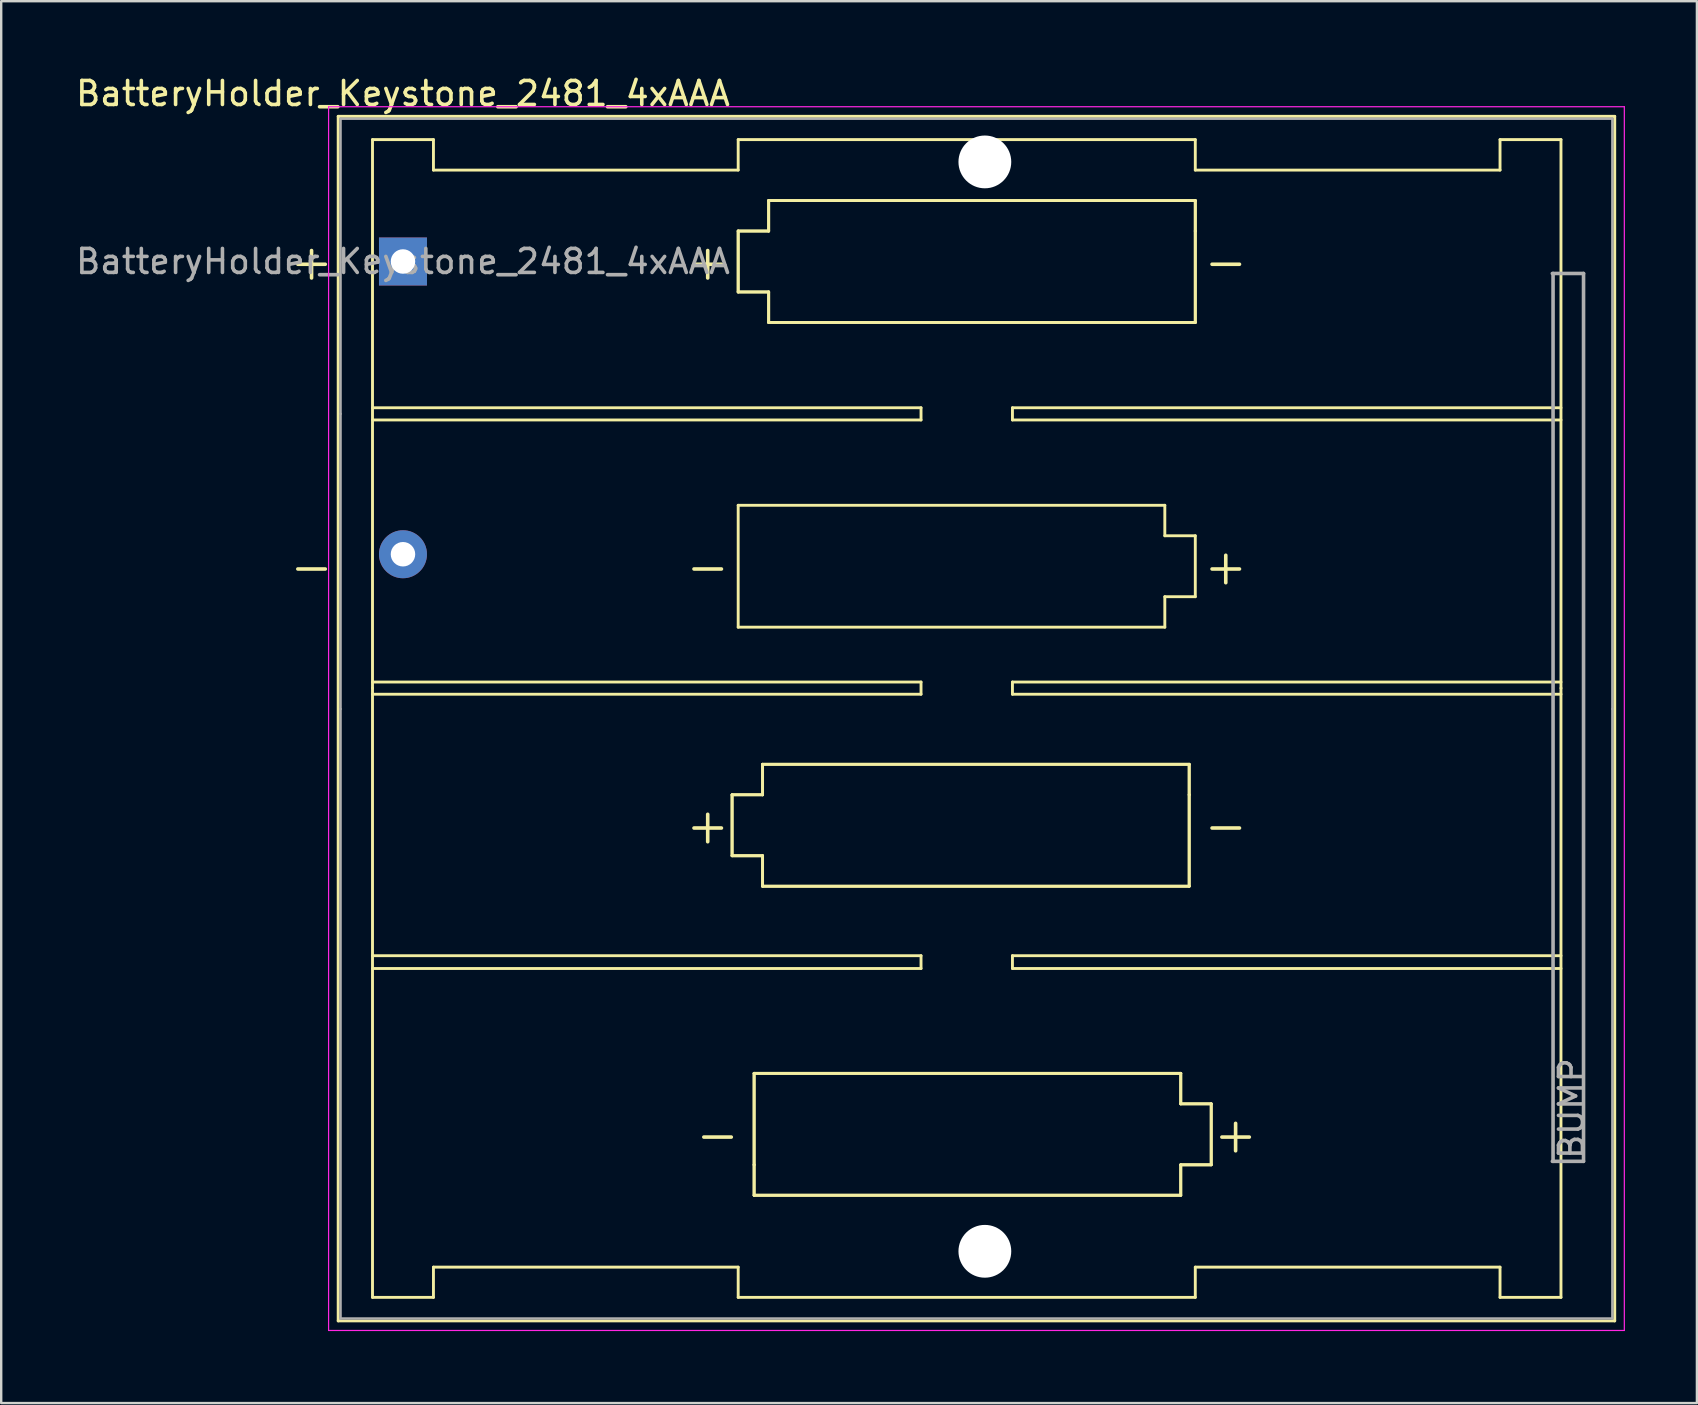
<source format=kicad_pcb>
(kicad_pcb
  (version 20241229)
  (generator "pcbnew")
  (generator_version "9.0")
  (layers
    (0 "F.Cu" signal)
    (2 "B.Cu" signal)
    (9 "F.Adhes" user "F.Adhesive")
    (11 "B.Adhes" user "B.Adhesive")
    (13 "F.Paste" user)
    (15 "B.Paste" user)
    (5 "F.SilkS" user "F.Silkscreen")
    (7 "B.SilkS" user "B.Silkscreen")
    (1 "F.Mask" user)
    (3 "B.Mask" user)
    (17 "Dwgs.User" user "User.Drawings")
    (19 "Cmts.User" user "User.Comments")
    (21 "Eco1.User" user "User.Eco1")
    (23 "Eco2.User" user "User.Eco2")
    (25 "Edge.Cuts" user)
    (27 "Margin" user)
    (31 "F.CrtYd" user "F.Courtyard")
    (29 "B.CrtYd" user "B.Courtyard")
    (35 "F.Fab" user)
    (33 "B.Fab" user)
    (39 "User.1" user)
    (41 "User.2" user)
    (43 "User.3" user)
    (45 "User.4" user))
  (footprint "BatteryHolder_Keystone_2481_4xAAA"
    (layer "F.Cu")
    (at 13.744 7.848)
    (property "Reference" "BatteryHolder_Keystone_2481_4xAAA" (at 0 -7 180) (layer "F.SilkS") (effects (font (size 1 1) (thickness 0.15))))
    (attr through_hole)
    (fp_line (start -2.7 -6.05) (end -2.7 44.15) (stroke (width 0.12) (type solid)) (layer "F.SilkS"))
    (fp_line (start -2.7 44.15) (end 50.5 44.15) (stroke (width 0.12) (type solid)) (layer "F.SilkS"))
    (fp_line (start -1.27 -5.08) (end -1.27 17.78) (stroke (width 0.12) (type solid)) (layer "F.SilkS"))
    (fp_line (start -1.27 6.096) (end 21.59 6.096) (stroke (width 0.12) (type solid)) (layer "F.SilkS"))
    (fp_line (start -1.27 17.526) (end 21.59 17.526) (stroke (width 0.12) (type solid)) (layer "F.SilkS"))
    (fp_line (start -1.27 17.78) (end -1.27 43.17) (stroke (width 0.12) (type solid)) (layer "F.SilkS"))
    (fp_line (start -1.27 28.93) (end 21.59 28.93) (stroke (width 0.12) (type solid)) (layer "F.SilkS"))
    (fp_line (start -1.27 43.17) (end 1.27 43.17) (stroke (width 0.12) (type solid)) (layer "F.SilkS"))
    (fp_line (start 1.27 -5.08) (end -1.27 -5.08) (stroke (width 0.12) (type solid)) (layer "F.SilkS"))
    (fp_line (start 1.27 -3.81) (end 1.27 -5.08) (stroke (width 0.12) (type solid)) (layer "F.SilkS"))
    (fp_line (start 1.27 -3.81) (end 13.97 -3.81) (stroke (width 0.12) (type solid)) (layer "F.SilkS"))
    (fp_line (start 1.27 41.91) (end 13.97 41.91) (stroke (width 0.12) (type solid)) (layer "F.SilkS"))
    (fp_line (start 1.27 43.17) (end 1.27 41.91) (stroke (width 0.12) (type solid)) (layer "F.SilkS"))
    (fp_line (start 13.716 22.225) (end 14.986 22.225) (stroke (width 0.12) (type solid)) (layer "F.SilkS"))
    (fp_line (start 13.716 22.225) (end 14.986 22.225) (stroke (width 0.12) (type solid)) (layer "F.SilkS"))
    (fp_line (start 13.716 24.765) (end 13.716 22.225) (stroke (width 0.12) (type solid)) (layer "F.SilkS"))
    (fp_line (start 13.716 24.765) (end 13.716 22.225) (stroke (width 0.12) (type solid)) (layer "F.SilkS"))
    (fp_line (start 13.97 -5.08) (end 13.97 -3.81) (stroke (width 0.12) (type solid)) (layer "F.SilkS"))
    (fp_line (start 13.97 -1.27) (end 15.24 -1.27) (stroke (width 0.12) (type solid)) (layer "F.SilkS"))
    (fp_line (start 13.97 -1.27) (end 15.24 -1.27) (stroke (width 0.12) (type solid)) (layer "F.SilkS"))
    (fp_line (start 13.97 1.27) (end 13.97 -1.27) (stroke (width 0.12) (type solid)) (layer "F.SilkS"))
    (fp_line (start 13.97 1.27) (end 13.97 -1.27) (stroke (width 0.12) (type solid)) (layer "F.SilkS"))
    (fp_line (start 13.97 10.16) (end 31.75 10.16) (stroke (width 0.12) (type solid)) (layer "F.SilkS"))
    (fp_line (start 13.97 15.24) (end 13.97 10.16) (stroke (width 0.12) (type solid)) (layer "F.SilkS"))
    (fp_line (start 13.97 41.91) (end 13.97 43.17) (stroke (width 0.12) (type solid)) (layer "F.SilkS"))
    (fp_line (start 13.97 43.17) (end 33.02 43.17) (stroke (width 0.12) (type solid)) (layer "F.SilkS"))
    (fp_line (start 14.634 33.835) (end 32.414 33.835) (stroke (width 0.12) (type solid)) (layer "F.SilkS"))
    (fp_line (start 14.634 33.835) (end 32.414 33.835) (stroke (width 0.12) (type solid)) (layer "F.SilkS"))
    (fp_line (start 14.634 37.645) (end 14.634 33.835) (stroke (width 0.12) (type solid)) (layer "F.SilkS"))
    (fp_line (start 14.634 37.645) (end 14.634 33.835) (stroke (width 0.12) (type solid)) (layer "F.SilkS"))
    (fp_line (start 14.634 38.915) (end 14.634 37.645) (stroke (width 0.12) (type solid)) (layer "F.SilkS"))
    (fp_line (start 14.634 38.915) (end 14.634 37.645) (stroke (width 0.12) (type solid)) (layer "F.SilkS"))
    (fp_line (start 14.986 20.955) (end 32.766 20.955) (stroke (width 0.12) (type solid)) (layer "F.SilkS"))
    (fp_line (start 14.986 20.955) (end 32.766 20.955) (stroke (width 0.12) (type solid)) (layer "F.SilkS"))
    (fp_line (start 14.986 22.225) (end 14.986 20.955) (stroke (width 0.12) (type solid)) (layer "F.SilkS"))
    (fp_line (start 14.986 22.225) (end 14.986 20.955) (stroke (width 0.12) (type solid)) (layer "F.SilkS"))
    (fp_line (start 14.986 24.765) (end 13.716 24.765) (stroke (width 0.12) (type solid)) (layer "F.SilkS"))
    (fp_line (start 14.986 24.765) (end 13.716 24.765) (stroke (width 0.12) (type solid)) (layer "F.SilkS"))
    (fp_line (start 14.986 26.035) (end 14.986 24.765) (stroke (width 0.12) (type solid)) (layer "F.SilkS"))
    (fp_line (start 14.986 26.035) (end 14.986 24.765) (stroke (width 0.12) (type solid)) (layer "F.SilkS"))
    (fp_line (start 15.24 -2.54) (end 33.02 -2.54) (stroke (width 0.12) (type solid)) (layer "F.SilkS"))
    (fp_line (start 15.24 -2.54) (end 33.02 -2.54) (stroke (width 0.12) (type solid)) (layer "F.SilkS"))
    (fp_line (start 15.24 -1.27) (end 15.24 -2.54) (stroke (width 0.12) (type solid)) (layer "F.SilkS"))
    (fp_line (start 15.24 -1.27) (end 15.24 -2.54) (stroke (width 0.12) (type solid)) (layer "F.SilkS"))
    (fp_line (start 15.24 1.27) (end 13.97 1.27) (stroke (width 0.12) (type solid)) (layer "F.SilkS"))
    (fp_line (start 15.24 1.27) (end 13.97 1.27) (stroke (width 0.12) (type solid)) (layer "F.SilkS"))
    (fp_line (start 15.24 2.54) (end 15.24 1.27) (stroke (width 0.12) (type solid)) (layer "F.SilkS"))
    (fp_line (start 15.24 2.54) (end 15.24 1.27) (stroke (width 0.12) (type solid)) (layer "F.SilkS"))
    (fp_line (start 21.59 6.096) (end 21.59 6.604) (stroke (width 0.12) (type solid)) (layer "F.SilkS"))
    (fp_line (start 21.59 6.604) (end -1.27 6.604) (stroke (width 0.12) (type solid)) (layer "F.SilkS"))
    (fp_line (start 21.59 17.526) (end 21.59 18.034) (stroke (width 0.12) (type solid)) (layer "F.SilkS"))
    (fp_line (start 21.59 18.034) (end -1.27 18.034) (stroke (width 0.12) (type solid)) (layer "F.SilkS"))
    (fp_line (start 21.59 28.93) (end 21.59 29.464) (stroke (width 0.12) (type solid)) (layer "F.SilkS"))
    (fp_line (start 21.59 29.464) (end -1.27 29.464) (stroke (width 0.12) (type solid)) (layer "F.SilkS"))
    (fp_line (start 25.4 6.096) (end 25.4 6.604) (stroke (width 0.12) (type solid)) (layer "F.SilkS"))
    (fp_line (start 25.4 6.604) (end 48.26 6.604) (stroke (width 0.12) (type solid)) (layer "F.SilkS"))
    (fp_line (start 25.4 17.526) (end 25.4 18.034) (stroke (width 0.12) (type solid)) (layer "F.SilkS"))
    (fp_line (start 25.4 18.034) (end 48.26 18.034) (stroke (width 0.12) (type solid)) (layer "F.SilkS"))
    (fp_line (start 25.4 28.93) (end 25.4 29.464) (stroke (width 0.12) (type solid)) (layer "F.SilkS"))
    (fp_line (start 25.4 29.464) (end 48.26 29.464) (stroke (width 0.12) (type solid)) (layer "F.SilkS"))
    (fp_line (start 31.75 10.16) (end 31.75 11.43) (stroke (width 0.12) (type solid)) (layer "F.SilkS"))
    (fp_line (start 31.75 11.43) (end 33.02 11.43) (stroke (width 0.12) (type solid)) (layer "F.SilkS"))
    (fp_line (start 31.75 13.97) (end 31.75 15.24) (stroke (width 0.12) (type solid)) (layer "F.SilkS"))
    (fp_line (start 31.75 15.24) (end 13.97 15.24) (stroke (width 0.12) (type solid)) (layer "F.SilkS"))
    (fp_line (start 32.414 33.835) (end 32.414 35.105) (stroke (width 0.12) (type solid)) (layer "F.SilkS"))
    (fp_line (start 32.414 33.835) (end 32.414 35.105) (stroke (width 0.12) (type solid)) (layer "F.SilkS"))
    (fp_line (start 32.414 35.105) (end 33.684 35.105) (stroke (width 0.12) (type solid)) (layer "F.SilkS"))
    (fp_line (start 32.414 35.105) (end 33.684 35.105) (stroke (width 0.12) (type solid)) (layer "F.SilkS"))
    (fp_line (start 32.414 37.645) (end 32.414 38.915) (stroke (width 0.12) (type solid)) (layer "F.SilkS"))
    (fp_line (start 32.414 37.645) (end 32.414 38.915) (stroke (width 0.12) (type solid)) (layer "F.SilkS"))
    (fp_line (start 32.414 38.915) (end 14.634 38.915) (stroke (width 0.12) (type solid)) (layer "F.SilkS"))
    (fp_line (start 32.414 38.915) (end 14.634 38.915) (stroke (width 0.12) (type solid)) (layer "F.SilkS"))
    (fp_line (start 32.766 20.955) (end 32.766 22.225) (stroke (width 0.12) (type solid)) (layer "F.SilkS"))
    (fp_line (start 32.766 20.955) (end 32.766 22.225) (stroke (width 0.12) (type solid)) (layer "F.SilkS"))
    (fp_line (start 32.766 22.225) (end 32.766 26.035) (stroke (width 0.12) (type solid)) (layer "F.SilkS"))
    (fp_line (start 32.766 22.225) (end 32.766 26.035) (stroke (width 0.12) (type solid)) (layer "F.SilkS"))
    (fp_line (start 32.766 26.035) (end 14.986 26.035) (stroke (width 0.12) (type solid)) (layer "F.SilkS"))
    (fp_line (start 32.766 26.035) (end 14.986 26.035) (stroke (width 0.12) (type solid)) (layer "F.SilkS"))
    (fp_line (start 33.02 -5.08) (end 13.97 -5.08) (stroke (width 0.12) (type solid)) (layer "F.SilkS"))
    (fp_line (start 33.02 -3.81) (end 33.02 -5.08) (stroke (width 0.12) (type solid)) (layer "F.SilkS"))
    (fp_line (start 33.02 -2.54) (end 33.02 -1.27) (stroke (width 0.12) (type solid)) (layer "F.SilkS"))
    (fp_line (start 33.02 -2.54) (end 33.02 -1.27) (stroke (width 0.12) (type solid)) (layer "F.SilkS"))
    (fp_line (start 33.02 -1.27) (end 33.02 2.54) (stroke (width 0.12) (type solid)) (layer "F.SilkS"))
    (fp_line (start 33.02 -1.27) (end 33.02 2.54) (stroke (width 0.12) (type solid)) (layer "F.SilkS"))
    (fp_line (start 33.02 2.54) (end 15.24 2.54) (stroke (width 0.12) (type solid)) (layer "F.SilkS"))
    (fp_line (start 33.02 2.54) (end 15.24 2.54) (stroke (width 0.12) (type solid)) (layer "F.SilkS"))
    (fp_line (start 33.02 11.43) (end 33.02 13.97) (stroke (width 0.12) (type solid)) (layer "F.SilkS"))
    (fp_line (start 33.02 13.97) (end 31.75 13.97) (stroke (width 0.12) (type solid)) (layer "F.SilkS"))
    (fp_line (start 33.02 43.17) (end 33.02 41.91) (stroke (width 0.12) (type solid)) (layer "F.SilkS"))
    (fp_line (start 33.684 35.105) (end 33.684 37.645) (stroke (width 0.12) (type solid)) (layer "F.SilkS"))
    (fp_line (start 33.684 35.105) (end 33.684 37.645) (stroke (width 0.12) (type solid)) (layer "F.SilkS"))
    (fp_line (start 33.684 37.645) (end 32.414 37.645) (stroke (width 0.12) (type solid)) (layer "F.SilkS"))
    (fp_line (start 33.684 37.645) (end 32.414 37.645) (stroke (width 0.12) (type solid)) (layer "F.SilkS"))
    (fp_line (start 45.72 -5.08) (end 45.72 -3.81) (stroke (width 0.12) (type solid)) (layer "F.SilkS"))
    (fp_line (start 45.72 -3.81) (end 33.02 -3.81) (stroke (width 0.12) (type solid)) (layer "F.SilkS"))
    (fp_line (start 45.72 41.91) (end 33.02 41.91) (stroke (width 0.12) (type solid)) (layer "F.SilkS"))
    (fp_line (start 45.72 43.17) (end 45.72 41.91) (stroke (width 0.12) (type solid)) (layer "F.SilkS"))
    (fp_line (start 48.26 -5.08) (end 45.72 -5.08) (stroke (width 0.12) (type solid)) (layer "F.SilkS"))
    (fp_line (start 48.26 -5.08) (end 48.26 17.78) (stroke (width 0.12) (type solid)) (layer "F.SilkS"))
    (fp_line (start 48.26 6.096) (end 25.4 6.096) (stroke (width 0.12) (type solid)) (layer "F.SilkS"))
    (fp_line (start 48.26 17.526) (end 25.4 17.526) (stroke (width 0.12) (type solid)) (layer "F.SilkS"))
    (fp_line (start 48.26 17.78) (end 48.26 43.17) (stroke (width 0.12) (type solid)) (layer "F.SilkS"))
    (fp_line (start 48.26 28.93) (end 25.4 28.93) (stroke (width 0.12) (type solid)) (layer "F.SilkS"))
    (fp_line (start 48.26 43.17) (end 45.72 43.17) (stroke (width 0.12) (type solid)) (layer "F.SilkS"))
    (fp_line (start 50.5 -6.05) (end -2.7 -6.05) (stroke (width 0.12) (type solid)) (layer "F.SilkS"))
    (fp_line (start 50.5 44.15) (end 50.5 -6.05) (stroke (width 0.12) (type solid)) (layer "F.SilkS"))
    (fp_line (start -3.1 -6.45) (end 50.9 -6.45) (stroke (width 0.05) (type solid)) (layer "F.CrtYd"))
    (fp_line (start -3.1 44.55) (end -3.1 -6.45) (stroke (width 0.05) (type solid)) (layer "F.CrtYd"))
    (fp_line (start 50.9 -6.45) (end 50.9 44.55) (stroke (width 0.05) (type solid)) (layer "F.CrtYd"))
    (fp_line (start 50.9 44.55) (end -3.1 44.55) (stroke (width 0.05) (type solid)) (layer "F.CrtYd"))
    (fp_line (start -2.6 -5.95) (end 50.4 -5.95) (stroke (width 0.1) (type solid)) (layer "F.Fab"))
    (fp_line (start -2.6 6.35) (end -2.6 -5.95) (stroke (width 0.1) (type solid)) (layer "F.Fab"))
    (fp_line (start -2.6 18.65) (end -2.6 6.35) (stroke (width 0.1) (type solid)) (layer "F.Fab"))
    (fp_line (start -2.6 18.65) (end -2.6 44.05) (stroke (width 0.1) (type solid)) (layer "F.Fab"))
    (fp_line (start -2.6 44.05) (end 50.4 44.05) (stroke (width 0.1) (type solid)) (layer "F.Fab"))
    (fp_line (start 47.93 0.5) (end 47.93 37.5) (stroke (width 0.15) (type solid)) (layer "F.Fab"))
    (fp_line (start 49.2 0.5) (end 47.9 0.5) (stroke (width 0.15) (type solid)) (layer "F.Fab"))
    (fp_line (start 49.2 0.5) (end 49.2 37.5) (stroke (width 0.15) (type solid)) (layer "F.Fab"))
    (fp_line (start 49.2 37.5) (end 47.9 37.5) (stroke (width 0.15) (type solid)) (layer "F.Fab"))
    (fp_line (start 50.4 18.65) (end 50.4 -5.95) (stroke (width 0.1) (type solid)) (layer "F.Fab"))
    (fp_line (start 50.4 18.65) (end 50.4 44.05) (stroke (width 0.1) (type solid)) (layer "F.Fab"))
    (fp_text user "-" (at -3.81 12.7 0) (layer "F.SilkS") (effects (font (size 1.5 1.5) (thickness 0.15))))
    (fp_text user "+" (at 34.29 12.7 0) (layer "F.SilkS") (effects (font (size 1.5 1.5) (thickness 0.15))))
    (fp_text user "+" (at -3.81 0 0) (layer "F.SilkS") (effects (font (size 1.5 1.5) (thickness 0.15))))
    (fp_text user "+" (at 34.7 36.375 180) (layer "F.SilkS") (effects (font (size 1.5 1.5) (thickness 0.15))))
    (fp_text user "+" (at 12.7 23.495 0) (layer "F.SilkS") (effects (font (size 1.5 1.5) (thickness 0.15))))
    (fp_text user "-" (at 34.29 23.495 0) (layer "F.SilkS") (effects (font (size 1.5 1.5) (thickness 0.15))))
    (fp_text user "-" (at 13.11 36.375 180) (layer "F.SilkS") (effects (font (size 1.5 1.5) (thickness 0.15))))
    (fp_text user "-" (at 12.7 12.7 0) (layer "F.SilkS") (effects (font (size 1.5 1.5) (thickness 0.15))))
    (fp_text user "-" (at 34.29 0 0) (layer "F.SilkS") (effects (font (size 1.5 1.5) (thickness 0.15))))
    (fp_text user "+" (at 12.7 0 0) (layer "F.SilkS") (effects (font (size 1.5 1.5) (thickness 0.15))))
    (fp_text user "${REFERENCE}" (at 0 0 0) (layer "F.Fab") (effects (font (size 1 1) (thickness 0.15))))
    (fp_text user "BUMP" (at 48.7 35.3 90) (layer "F.Fab") (effects (font (size 1 1) (thickness 0.15))))
    (pad "" np_thru_hole circle (at 24.25 -4.15) (size 2.2 2.2) (drill 2.2) (layers "*.Cu" "*.Mask"))
    (pad "" np_thru_hole circle (at 24.25 41.25) (size 2.2 2.2) (drill 2.2) (layers "*.Cu" "*.Mask"))
    (pad "1" thru_hole rect (at 0 0) (size 2 2) (drill 1.02) (layers "*.Cu" "*.Mask"))
    (pad "2" thru_hole circle (at 0 12.2) (size 2 2) (drill 1.02) (layers "*.Cu" "*.Mask")))
  (gr_rect
    (start -3 -3)
    (end 67.669 55.423)
    (stroke (width 0.1) (type default))
    (fill no)
    (layer "Edge.Cuts")))
</source>
